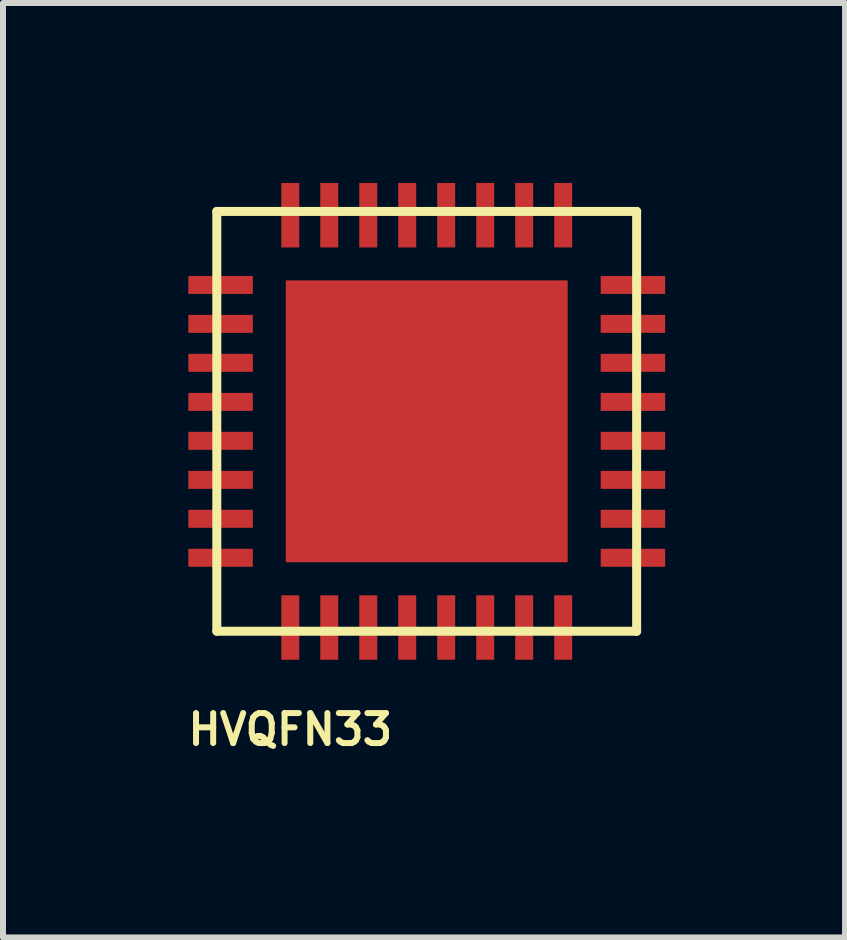
<source format=kicad_pcb>
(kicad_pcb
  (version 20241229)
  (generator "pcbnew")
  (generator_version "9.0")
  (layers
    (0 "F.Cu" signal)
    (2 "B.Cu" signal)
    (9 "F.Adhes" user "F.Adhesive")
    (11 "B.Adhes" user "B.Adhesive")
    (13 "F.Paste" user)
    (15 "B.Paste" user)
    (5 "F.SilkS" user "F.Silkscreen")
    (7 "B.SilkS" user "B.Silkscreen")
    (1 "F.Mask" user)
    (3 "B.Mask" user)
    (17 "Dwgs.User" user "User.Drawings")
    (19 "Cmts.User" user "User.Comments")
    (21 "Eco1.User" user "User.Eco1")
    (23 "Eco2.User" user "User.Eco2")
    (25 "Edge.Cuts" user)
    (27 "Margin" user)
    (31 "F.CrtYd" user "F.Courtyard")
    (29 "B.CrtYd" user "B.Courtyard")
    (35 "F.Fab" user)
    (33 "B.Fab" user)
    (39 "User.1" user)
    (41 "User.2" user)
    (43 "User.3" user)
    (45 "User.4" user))
  (footprint "HVQFN33"
    (layer "F.Cu")
    (at 4.07 3.953)
    (property "Reference" "HVQFN33" (at -2.28 5.16 0) (layer "F.SilkS") (effects (font (size 0.5 0.5) (thickness 0.1))))
    (attr through_hole)
    (fp_line (start -3.505 -3.478) (end 3.495 -3.478) (stroke (width 0.15) (type solid)) (layer "F.SilkS"))
    (fp_line (start -3.505 3.522) (end -3.505 -3.478) (stroke (width 0.15) (type solid)) (layer "F.SilkS"))
    (fp_line (start -3.505 3.522) (end 3.495 3.522) (stroke (width 0.15) (type solid)) (layer "F.SilkS"))
    (fp_line (start 3.495 3.522) (end 3.495 -3.478) (stroke (width 0.15) (type solid)) (layer "F.SilkS"))
    (pad "1" smd rect (at -3.442 -2.252) (size 1.075 0.3) (layers "F.Cu" "F.Mask" "F.Paste"))
    (pad "2" smd rect (at -3.442 -1.603) (size 1.075 0.3) (layers "F.Cu" "F.Mask" "F.Paste"))
    (pad "3" smd rect (at -3.442 -0.953) (size 1.075 0.3) (layers "F.Cu" "F.Mask" "F.Paste"))
    (pad "4" smd rect (at -3.442 -0.302) (size 1.075 0.3) (layers "F.Cu" "F.Mask" "F.Paste"))
    (pad "5" smd rect (at -3.442 0.347) (size 1.075 0.3) (layers "F.Cu" "F.Mask" "F.Paste"))
    (pad "6" smd rect (at -3.442 0.998) (size 1.075 0.3) (layers "F.Cu" "F.Mask" "F.Paste"))
    (pad "7" smd rect (at -3.442 1.647) (size 1.075 0.3) (layers "F.Cu" "F.Mask" "F.Paste"))
    (pad "8" smd rect (at -3.442 2.297) (size 1.075 0.3) (layers "F.Cu" "F.Mask" "F.Paste"))
    (pad "9" smd rect (at -2.28 3.46) (size 0.3 1.075) (layers "F.Cu" "F.Mask" "F.Paste"))
    (pad "10" smd rect (at -1.63 3.46) (size 0.3 1.075) (layers "F.Cu" "F.Mask" "F.Paste"))
    (pad "11" smd rect (at -0.98 3.46) (size 0.3 1.075) (layers "F.Cu" "F.Mask" "F.Paste"))
    (pad "12" smd rect (at -0.33 3.46) (size 0.3 1.075) (layers "F.Cu" "F.Mask" "F.Paste"))
    (pad "13" smd rect (at 0.32 3.46) (size 0.3 1.075) (layers "F.Cu" "F.Mask" "F.Paste"))
    (pad "14" smd rect (at 0.97 3.46) (size 0.3 1.075) (layers "F.Cu" "F.Mask" "F.Paste"))
    (pad "15" smd rect (at 1.62 3.46) (size 0.3 1.075) (layers "F.Cu" "F.Mask" "F.Paste"))
    (pad "16" smd rect (at 2.27 3.46) (size 0.3 1.075) (layers "F.Cu" "F.Mask" "F.Paste"))
    (pad "17" smd rect (at 3.433 2.297) (size 1.075 0.3) (layers "F.Cu" "F.Mask" "F.Paste"))
    (pad "18" smd rect (at 3.433 1.647) (size 1.075 0.3) (layers "F.Cu" "F.Mask" "F.Paste"))
    (pad "19" smd rect (at 3.433 0.998) (size 1.075 0.3) (layers "F.Cu" "F.Mask" "F.Paste"))
    (pad "20" smd rect (at 3.433 0.347) (size 1.075 0.3) (layers "F.Cu" "F.Mask" "F.Paste"))
    (pad "21" smd rect (at 3.433 -0.302) (size 1.075 0.3) (layers "F.Cu" "F.Mask" "F.Paste"))
    (pad "22" smd rect (at 3.433 -0.953) (size 1.075 0.3) (layers "F.Cu" "F.Mask" "F.Paste"))
    (pad "23" smd rect (at 3.433 -1.603) (size 1.075 0.3) (layers "F.Cu" "F.Mask" "F.Paste"))
    (pad "24" smd rect (at 3.433 -2.252) (size 1.075 0.3) (layers "F.Cu" "F.Mask" "F.Paste"))
    (pad "25" smd rect (at 2.27 -3.415) (size 0.3 1.075) (layers "F.Cu" "F.Mask" "F.Paste"))
    (pad "26" smd rect (at 1.62 -3.415) (size 0.3 1.075) (layers "F.Cu" "F.Mask" "F.Paste"))
    (pad "27" smd rect (at 0.97 -3.415) (size 0.3 1.075) (layers "F.Cu" "F.Mask" "F.Paste"))
    (pad "28" smd rect (at 0.32 -3.415) (size 0.3 1.075) (layers "F.Cu" "F.Mask" "F.Paste"))
    (pad "29" smd rect (at -0.33 -3.415) (size 0.3 1.075) (layers "F.Cu" "F.Mask" "F.Paste"))
    (pad "30" smd rect (at -0.98 -3.415) (size 0.3 1.075) (layers "F.Cu" "F.Mask" "F.Paste"))
    (pad "31" smd rect (at -1.63 -3.415) (size 0.3 1.075) (layers "F.Cu" "F.Mask" "F.Paste"))
    (pad "32" smd rect (at -2.28 -3.415) (size 0.3 1.075) (layers "F.Cu" "F.Mask" "F.Paste"))
    (pad "33" smd rect (at -0.005 0.022) (size 4.7 4.7) (layers "F.Cu" "F.Mask" "F.Paste")))
  (gr_rect
    (start -3 -3)
    (end 11.04 12.581)
    (stroke (width 0.1) (type default))
    (fill no)
    (layer "Edge.Cuts")))
</source>
